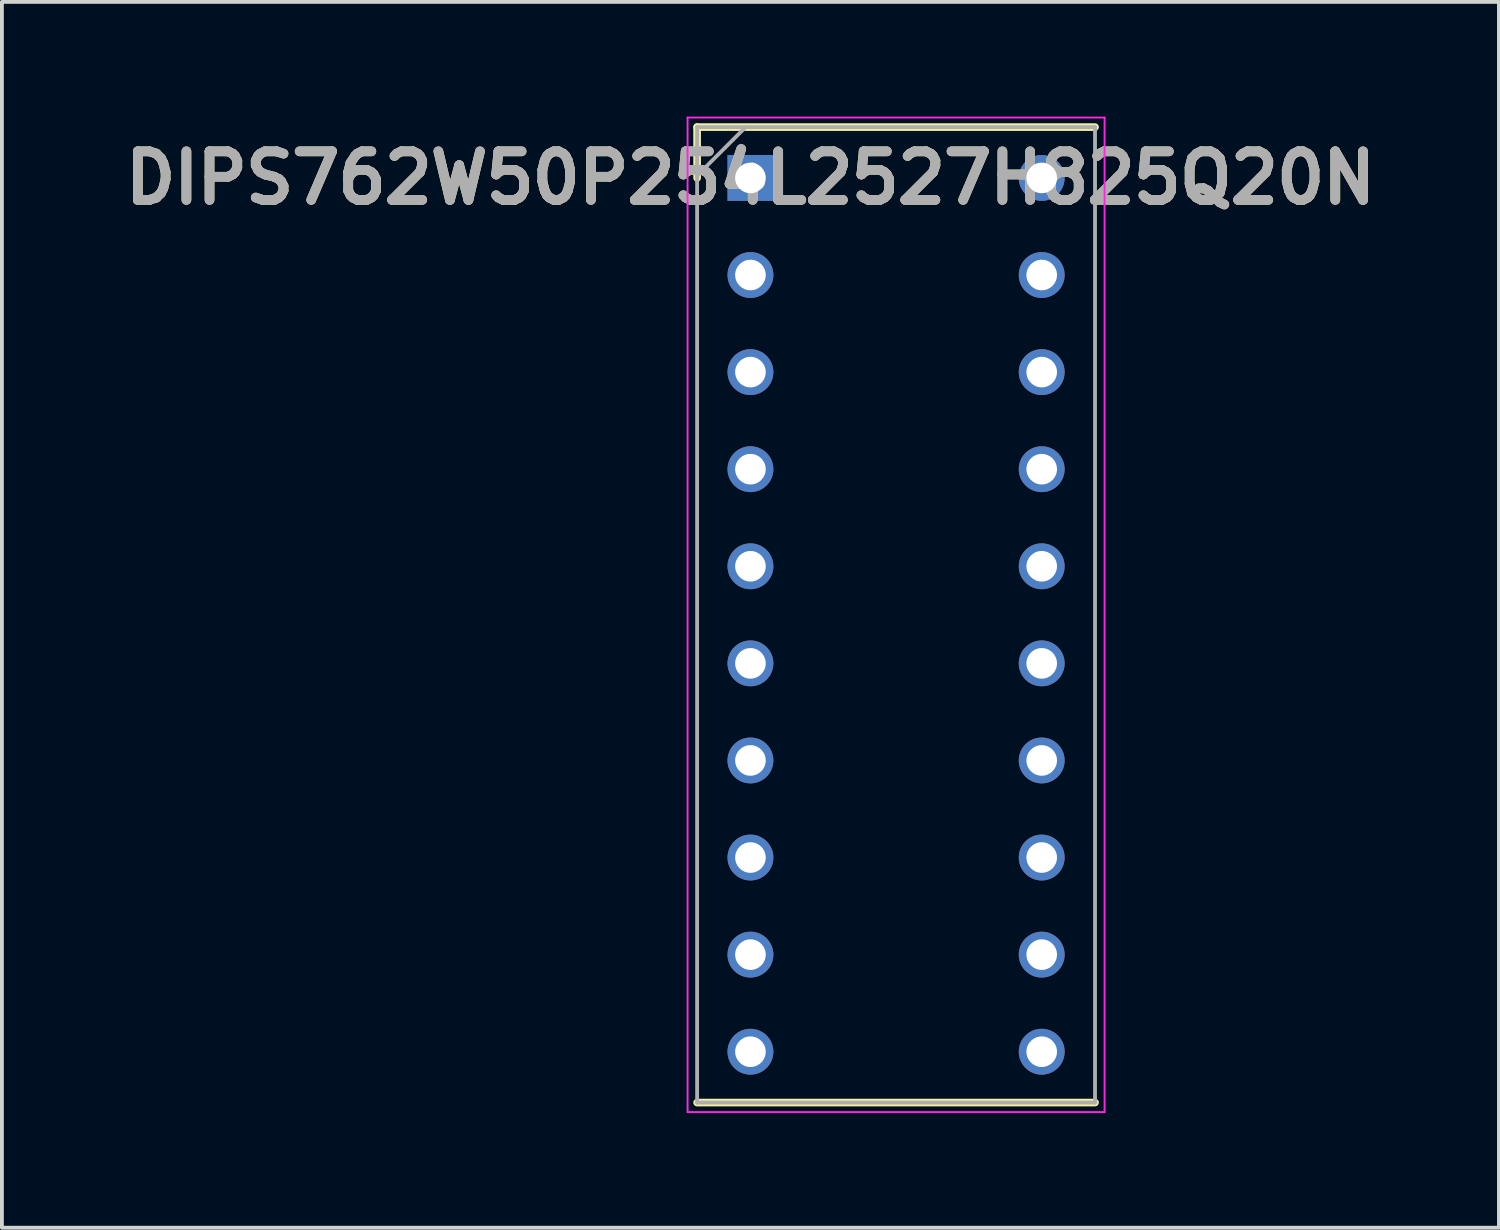
<source format=kicad_pcb>
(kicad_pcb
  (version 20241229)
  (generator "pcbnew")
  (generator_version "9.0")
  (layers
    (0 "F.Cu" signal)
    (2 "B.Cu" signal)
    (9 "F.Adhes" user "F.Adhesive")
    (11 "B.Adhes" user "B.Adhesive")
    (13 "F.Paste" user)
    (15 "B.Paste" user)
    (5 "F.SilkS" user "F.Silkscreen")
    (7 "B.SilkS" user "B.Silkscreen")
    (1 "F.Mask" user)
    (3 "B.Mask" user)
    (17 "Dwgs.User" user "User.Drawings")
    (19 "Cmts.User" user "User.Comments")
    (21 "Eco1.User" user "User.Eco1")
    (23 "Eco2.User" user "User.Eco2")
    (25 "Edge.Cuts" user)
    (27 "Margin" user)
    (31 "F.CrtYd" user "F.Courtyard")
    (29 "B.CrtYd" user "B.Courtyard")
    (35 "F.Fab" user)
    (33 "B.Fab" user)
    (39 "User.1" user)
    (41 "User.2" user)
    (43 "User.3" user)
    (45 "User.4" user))
  (footprint "DIPS762W50P254L2527H825Q20N"
    (layer "F.Cu")
    (at 16.583 1.605)
    (property "Reference" "DIPS762W50P254L2527H825Q20N" (at 0 0 0) (layer "F.SilkS") (effects (font (size 1.27 1.27) (thickness 0.254))))
    (attr through_hole)
    (fp_line (start -1.395 -1.33) (end -1.395 0) (stroke (width 0.2) (type solid)) (layer "F.SilkS"))
    (fp_line (start -1.395 24.19) (end 9.015 24.19) (stroke (width 0.2) (type solid)) (layer "F.SilkS"))
    (fp_line (start 9.015 -1.33) (end -1.395 -1.33) (stroke (width 0.2) (type solid)) (layer "F.SilkS"))
    (fp_line (start -1.645 -1.58) (end 9.265 -1.58) (stroke (width 0.05) (type solid)) (layer "F.CrtYd"))
    (fp_line (start -1.645 24.44) (end -1.645 -1.58) (stroke (width 0.05) (type solid)) (layer "F.CrtYd"))
    (fp_line (start 9.265 -1.58) (end 9.265 24.44) (stroke (width 0.05) (type solid)) (layer "F.CrtYd"))
    (fp_line (start 9.265 24.44) (end -1.645 24.44) (stroke (width 0.05) (type solid)) (layer "F.CrtYd"))
    (fp_line (start -1.395 -1.33) (end 9.015 -1.33) (stroke (width 0.1) (type solid)) (layer "F.Fab"))
    (fp_line (start -1.395 -0.06) (end -0.125 -1.33) (stroke (width 0.1) (type solid)) (layer "F.Fab"))
    (fp_line (start -1.395 24.19) (end -1.395 -1.33) (stroke (width 0.1) (type solid)) (layer "F.Fab"))
    (fp_line (start 9.015 -1.33) (end 9.015 24.19) (stroke (width 0.1) (type solid)) (layer "F.Fab"))
    (fp_line (start 9.015 24.19) (end -1.395 24.19) (stroke (width 0.1) (type solid)) (layer "F.Fab"))
    (fp_text user "${REFERENCE}" (at 0 0 0) (layer "F.Fab") (effects (font (size 1.27 1.27) (thickness 0.254))))
    (pad "1" thru_hole rect (at 0 0) (size 1.2 1.2) (drill 0.8) (layers "*.Cu" "*.Mask"))
    (pad "2" thru_hole circle (at 0 2.54) (size 1.2 1.2) (drill 0.8) (layers "*.Cu" "*.Mask"))
    (pad "3" thru_hole circle (at 0 5.08) (size 1.2 1.2) (drill 0.8) (layers "*.Cu" "*.Mask"))
    (pad "4" thru_hole circle (at 0 7.62) (size 1.2 1.2) (drill 0.8) (layers "*.Cu" "*.Mask"))
    (pad "5" thru_hole circle (at 0 10.16) (size 1.2 1.2) (drill 0.8) (layers "*.Cu" "*.Mask"))
    (pad "6" thru_hole circle (at 0 12.7) (size 1.2 1.2) (drill 0.8) (layers "*.Cu" "*.Mask"))
    (pad "7" thru_hole circle (at 0 15.24) (size 1.2 1.2) (drill 0.8) (layers "*.Cu" "*.Mask"))
    (pad "8" thru_hole circle (at 0 17.78) (size 1.2 1.2) (drill 0.8) (layers "*.Cu" "*.Mask"))
    (pad "9" thru_hole circle (at 0 20.32) (size 1.2 1.2) (drill 0.8) (layers "*.Cu" "*.Mask"))
    (pad "10" thru_hole circle (at 0 22.86) (size 1.2 1.2) (drill 0.8) (layers "*.Cu" "*.Mask"))
    (pad "11" thru_hole circle (at 7.62 22.86) (size 1.2 1.2) (drill 0.8) (layers "*.Cu" "*.Mask"))
    (pad "12" thru_hole circle (at 7.62 20.32) (size 1.2 1.2) (drill 0.8) (layers "*.Cu" "*.Mask"))
    (pad "13" thru_hole circle (at 7.62 17.78) (size 1.2 1.2) (drill 0.8) (layers "*.Cu" "*.Mask"))
    (pad "14" thru_hole circle (at 7.62 15.24) (size 1.2 1.2) (drill 0.8) (layers "*.Cu" "*.Mask"))
    (pad "15" thru_hole circle (at 7.62 12.7) (size 1.2 1.2) (drill 0.8) (layers "*.Cu" "*.Mask"))
    (pad "16" thru_hole circle (at 7.62 10.16) (size 1.2 1.2) (drill 0.8) (layers "*.Cu" "*.Mask"))
    (pad "17" thru_hole circle (at 7.62 7.62) (size 1.2 1.2) (drill 0.8) (layers "*.Cu" "*.Mask"))
    (pad "18" thru_hole circle (at 7.62 5.08) (size 1.2 1.2) (drill 0.8) (layers "*.Cu" "*.Mask"))
    (pad "19" thru_hole circle (at 7.62 2.54) (size 1.2 1.2) (drill 0.8) (layers "*.Cu" "*.Mask"))
    (pad "20" thru_hole circle (at 7.62 0) (size 1.2 1.2) (drill 0.8) (layers "*.Cu" "*.Mask")))
  (gr_rect
    (start -3 -3)
    (end 36.165 29.07)
    (stroke (width 0.1) (type default))
    (fill no)
    (layer "Edge.Cuts")))
</source>
